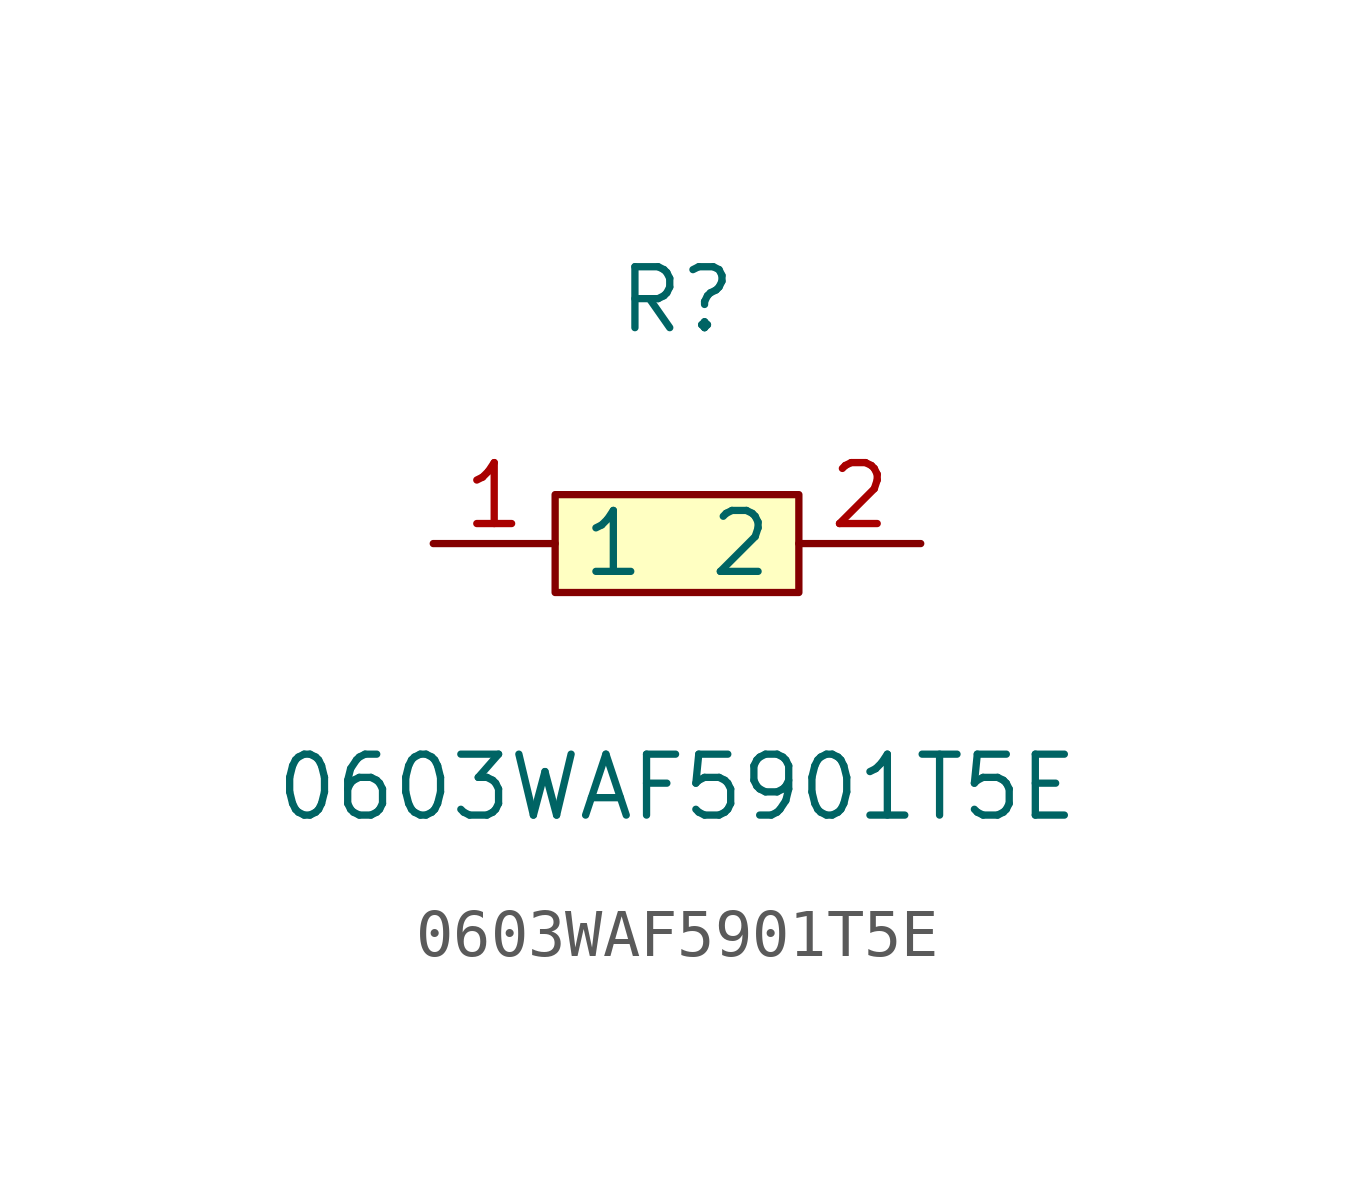
<source format=kicad_sym>
(kicad_symbol_lib
  (version 1)
  (generator "faebryk")
  (symbol "0603WAF5901T5E"
    (property "Reference" "R"
      (at 0 5.08 0)
      (effects (font (size 1.27 1.27)) (hide no)))
    (property "Value" "0603WAF5901T5E"
      (at 0 -5.08 0)
      (effects (font (size 1.27 1.27)) (hide no)))
    (symbol "0603WAF5901T5E_0_1"
      (rectangle (start -2.54 1.02) (end 2.54 -1.02) (stroke (width 0) (type default) (color 0 0 0 0)) (fill (type background)))
      (pin input line (at 5.08 0 180) (length 2.54) (name "2" (effects (font (size 1.27 1.27)) (hide no))) (number "2" (effects (font (size 1.27 1.27)) (hide no))))
      (pin input line (at -5.08 0 0) (length 2.54) (name "1" (effects (font (size 1.27 1.27)) (hide no))) (number "1" (effects (font (size 1.27 1.27)) (hide no)))))))
</source>
